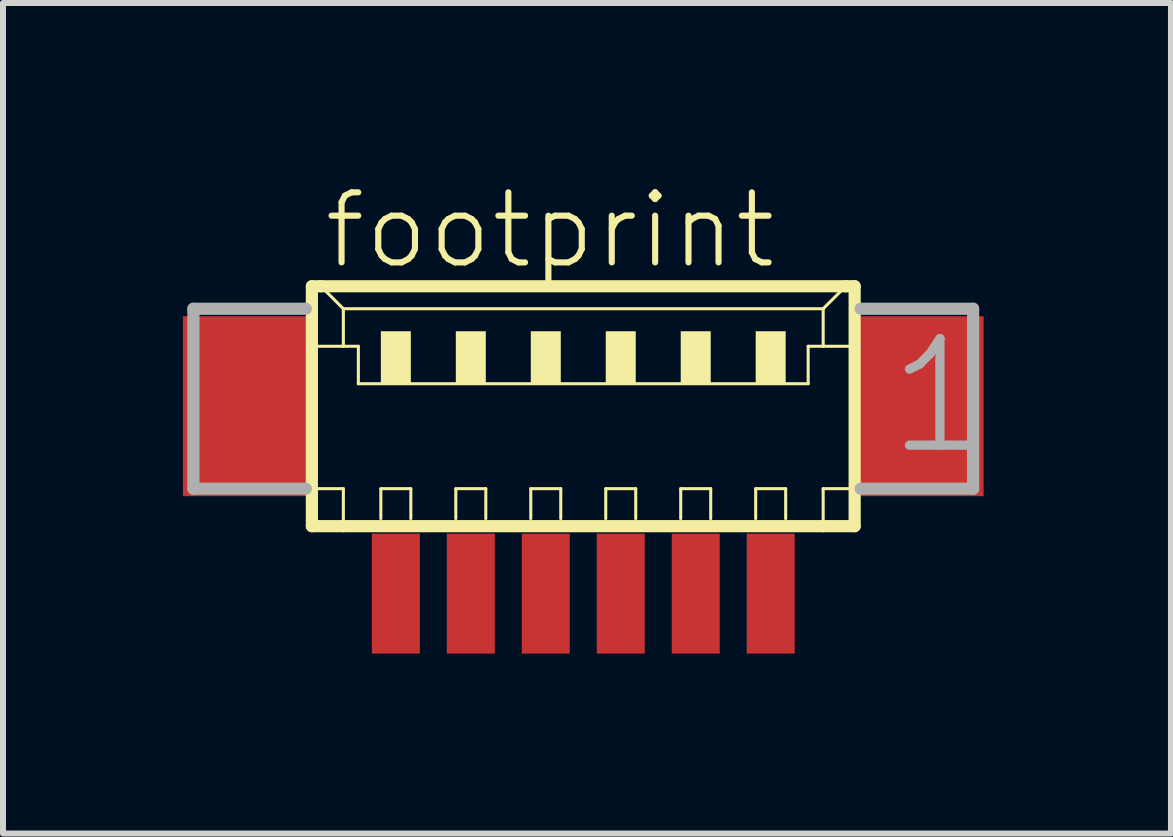
<source format=kicad_pcb>
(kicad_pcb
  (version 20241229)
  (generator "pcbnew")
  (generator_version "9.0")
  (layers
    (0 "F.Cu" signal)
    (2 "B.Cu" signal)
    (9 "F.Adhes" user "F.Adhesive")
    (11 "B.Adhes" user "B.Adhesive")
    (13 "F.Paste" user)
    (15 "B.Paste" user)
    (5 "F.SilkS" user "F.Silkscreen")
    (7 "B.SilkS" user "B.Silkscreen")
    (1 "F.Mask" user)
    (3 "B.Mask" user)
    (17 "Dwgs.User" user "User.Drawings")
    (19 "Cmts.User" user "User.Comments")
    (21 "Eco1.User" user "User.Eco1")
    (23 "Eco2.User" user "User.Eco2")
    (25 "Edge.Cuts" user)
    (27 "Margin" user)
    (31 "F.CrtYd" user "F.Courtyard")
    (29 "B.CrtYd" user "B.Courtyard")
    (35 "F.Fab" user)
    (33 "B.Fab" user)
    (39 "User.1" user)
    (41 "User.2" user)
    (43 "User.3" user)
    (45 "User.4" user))
  (footprint "footprint"
    (layer "F.Cu")
    (at 6.675 4.348)
    (property "Reference" "footprint" (at -4.375 -2.875 0) (layer "F.SilkS") (effects (font (size 1.168 1.168) (thickness 0.102)) (justify left bottom)))
    (fp_line (start -4.525 -2.625) (end -4.525 1.375) (stroke (width 0.203) (type solid)) (layer "F.SilkS"))
    (fp_line (start -4.525 1.375) (end -4 1.375) (stroke (width 0.203) (type solid)) (layer "F.SilkS"))
    (fp_line (start -4.5 -1.625) (end -4 -1.625) (stroke (width 0.051) (type solid)) (layer "F.SilkS"))
    (fp_line (start -4.5 0.75) (end -4 0.75) (stroke (width 0.051) (type solid)) (layer "F.SilkS"))
    (fp_line (start -4.375 -2.625) (end -4.525 -2.625) (stroke (width 0.203) (type solid)) (layer "F.SilkS"))
    (fp_line (start -4 -2.25) (end -4.375 -2.625) (stroke (width 0.051) (type solid)) (layer "F.SilkS"))
    (fp_line (start -4 -2.25) (end 4 -2.25) (stroke (width 0.051) (type solid)) (layer "F.SilkS"))
    (fp_line (start -4 -1.625) (end -4 -2.25) (stroke (width 0.051) (type solid)) (layer "F.SilkS"))
    (fp_line (start -4 -1.625) (end -3.75 -1.625) (stroke (width 0.051) (type solid)) (layer "F.SilkS"))
    (fp_line (start -4 0.75) (end -4 1.375) (stroke (width 0.051) (type solid)) (layer "F.SilkS"))
    (fp_line (start -4 1.375) (end 4 1.375) (stroke (width 0.203) (type solid)) (layer "F.SilkS"))
    (fp_line (start -3.75 -1.625) (end -3.75 -1) (stroke (width 0.051) (type solid)) (layer "F.SilkS"))
    (fp_line (start -3.75 -1) (end 3.75 -1) (stroke (width 0.051) (type solid)) (layer "F.SilkS"))
    (fp_line (start -3.375 0.75) (end -2.875 0.75) (stroke (width 0.051) (type solid)) (layer "F.SilkS"))
    (fp_line (start -3.375 1.25) (end -3.375 0.75) (stroke (width 0.051) (type solid)) (layer "F.SilkS"))
    (fp_line (start -2.875 0.75) (end -2.875 1.25) (stroke (width 0.051) (type solid)) (layer "F.SilkS"))
    (fp_line (start -2.125 0.75) (end -1.625 0.75) (stroke (width 0.051) (type solid)) (layer "F.SilkS"))
    (fp_line (start -2.125 1.25) (end -2.125 0.75) (stroke (width 0.051) (type solid)) (layer "F.SilkS"))
    (fp_line (start -1.625 0.75) (end -1.625 1.25) (stroke (width 0.051) (type solid)) (layer "F.SilkS"))
    (fp_line (start -0.875 0.75) (end -0.375 0.75) (stroke (width 0.051) (type solid)) (layer "F.SilkS"))
    (fp_line (start -0.875 1.25) (end -0.875 0.75) (stroke (width 0.051) (type solid)) (layer "F.SilkS"))
    (fp_line (start -0.375 0.75) (end -0.375 1.25) (stroke (width 0.051) (type solid)) (layer "F.SilkS"))
    (fp_line (start 0.375 0.75) (end 0.875 0.75) (stroke (width 0.051) (type solid)) (layer "F.SilkS"))
    (fp_line (start 0.375 1.25) (end 0.375 0.75) (stroke (width 0.051) (type solid)) (layer "F.SilkS"))
    (fp_line (start 0.875 0.75) (end 0.875 1.25) (stroke (width 0.051) (type solid)) (layer "F.SilkS"))
    (fp_line (start 1.625 0.75) (end 2.125 0.75) (stroke (width 0.051) (type solid)) (layer "F.SilkS"))
    (fp_line (start 1.625 1.25) (end 1.625 0.75) (stroke (width 0.051) (type solid)) (layer "F.SilkS"))
    (fp_line (start 2.125 0.75) (end 2.125 1.25) (stroke (width 0.051) (type solid)) (layer "F.SilkS"))
    (fp_line (start 2.875 0.75) (end 3.375 0.75) (stroke (width 0.051) (type solid)) (layer "F.SilkS"))
    (fp_line (start 2.875 1.25) (end 2.875 0.75) (stroke (width 0.051) (type solid)) (layer "F.SilkS"))
    (fp_line (start 3.375 0.75) (end 3.375 1.25) (stroke (width 0.051) (type solid)) (layer "F.SilkS"))
    (fp_line (start 3.75 -1.625) (end 3.75 -1) (stroke (width 0.051) (type solid)) (layer "F.SilkS"))
    (fp_line (start 3.75 -1.625) (end 4 -1.625) (stroke (width 0.051) (type solid)) (layer "F.SilkS"))
    (fp_line (start 4 -2.25) (end 4 -1.625) (stroke (width 0.051) (type solid)) (layer "F.SilkS"))
    (fp_line (start 4 -2.25) (end 4.375 -2.625) (stroke (width 0.051) (type solid)) (layer "F.SilkS"))
    (fp_line (start 4 -1.625) (end 4.5 -1.625) (stroke (width 0.051) (type solid)) (layer "F.SilkS"))
    (fp_line (start 4 0.75) (end 4 1.375) (stroke (width 0.051) (type solid)) (layer "F.SilkS"))
    (fp_line (start 4 0.75) (end 4.5 0.75) (stroke (width 0.051) (type solid)) (layer "F.SilkS"))
    (fp_line (start 4 1.375) (end 4.525 1.375) (stroke (width 0.203) (type solid)) (layer "F.SilkS"))
    (fp_line (start 4.375 -2.625) (end -4.375 -2.625) (stroke (width 0.203) (type solid)) (layer "F.SilkS"))
    (fp_line (start 4.525 -2.625) (end 4.375 -2.625) (stroke (width 0.203) (type solid)) (layer "F.SilkS"))
    (fp_line (start 4.525 1.375) (end 4.525 -2.625) (stroke (width 0.203) (type solid)) (layer "F.SilkS"))
    (fp_poly (pts (xy -3.375 -1) (xy -2.875 -1) (xy -2.875 -1.875) (xy -3.375 -1.875)) (stroke (width 0) (type solid)) (fill yes) (layer "F.SilkS"))
    (fp_poly (pts (xy -2.125 -1) (xy -1.625 -1) (xy -1.625 -1.875) (xy -2.125 -1.875)) (stroke (width 0) (type solid)) (fill yes) (layer "F.SilkS"))
    (fp_poly (pts (xy -0.875 -1) (xy -0.375 -1) (xy -0.375 -1.875) (xy -0.875 -1.875)) (stroke (width 0) (type solid)) (fill yes) (layer "F.SilkS"))
    (fp_poly (pts (xy 0.375 -1) (xy 0.875 -1) (xy 0.875 -1.875) (xy 0.375 -1.875)) (stroke (width 0) (type solid)) (fill yes) (layer "F.SilkS"))
    (fp_poly (pts (xy 1.625 -1) (xy 2.125 -1) (xy 2.125 -1.875) (xy 1.625 -1.875)) (stroke (width 0) (type solid)) (fill yes) (layer "F.SilkS"))
    (fp_poly (pts (xy 2.875 -1) (xy 3.375 -1) (xy 3.375 -1.875) (xy 2.875 -1.875)) (stroke (width 0) (type solid)) (fill yes) (layer "F.SilkS"))
    (fp_line (start -6.5 -2.25) (end -6.5 0.75) (stroke (width 0.203) (type solid)) (layer "F.Fab"))
    (fp_line (start -6.5 0.75) (end -4.625 0.75) (stroke (width 0.203) (type solid)) (layer "F.Fab"))
    (fp_line (start -4.625 -2.25) (end -6.5 -2.25) (stroke (width 0.203) (type solid)) (layer "F.Fab"))
    (fp_line (start 4.625 0.75) (end 6.5 0.75) (stroke (width 0.203) (type solid)) (layer "F.Fab"))
    (fp_line (start 6.5 -2.25) (end 4.625 -2.25) (stroke (width 0.203) (type solid)) (layer "F.Fab"))
    (fp_line (start 6.5 0.75) (end 6.5 -2.25) (stroke (width 0.203) (type solid)) (layer "F.Fab"))
    (fp_text user "1" (at 5 0.25 0) (layer "F.Fab") (effects (font (size 1.776 1.776) (thickness 0.154)) (justify left bottom)))
    (pad "1" smd rect (at 3.125 2.5) (size 0.8 2) (layers "F.Cu" "F.Mask" "F.Paste"))
    (pad "2" smd rect (at 1.875 2.5) (size 0.8 2) (layers "F.Cu" "F.Mask" "F.Paste"))
    (pad "3" smd rect (at 0.625 2.5) (size 0.8 2) (layers "F.Cu" "F.Mask" "F.Paste"))
    (pad "4" smd rect (at -0.625 2.5) (size 0.8 2) (layers "F.Cu" "F.Mask" "F.Paste"))
    (pad "5" smd rect (at -1.875 2.5) (size 0.8 2) (layers "F.Cu" "F.Mask" "F.Paste"))
    (pad "6" smd rect (at -3.125 2.5) (size 0.8 2) (layers "F.Cu" "F.Mask" "F.Paste"))
    (pad "S1" smd rect (at 5.625 -0.625) (size 2.1 3) (layers "F.Cu" "F.Mask" "F.Paste"))
    (pad "S2" smd rect (at -5.625 -0.625) (size 2.1 3) (layers "F.Cu" "F.Mask" "F.Paste")))
  (gr_rect
    (start -3 -3)
    (end 16.474 10.848)
    (stroke (width 0.1) (type default))
    (fill no)
    (layer "Edge.Cuts")))
</source>
